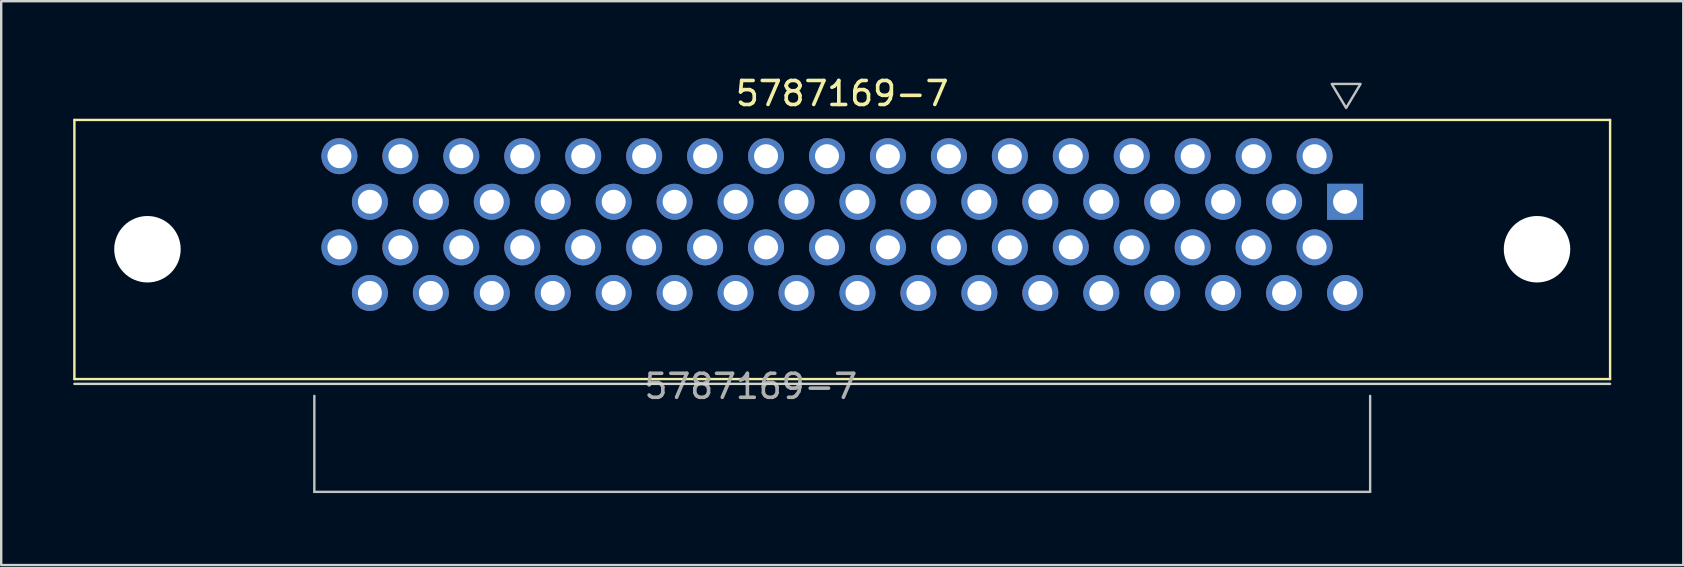
<source format=kicad_pcb>
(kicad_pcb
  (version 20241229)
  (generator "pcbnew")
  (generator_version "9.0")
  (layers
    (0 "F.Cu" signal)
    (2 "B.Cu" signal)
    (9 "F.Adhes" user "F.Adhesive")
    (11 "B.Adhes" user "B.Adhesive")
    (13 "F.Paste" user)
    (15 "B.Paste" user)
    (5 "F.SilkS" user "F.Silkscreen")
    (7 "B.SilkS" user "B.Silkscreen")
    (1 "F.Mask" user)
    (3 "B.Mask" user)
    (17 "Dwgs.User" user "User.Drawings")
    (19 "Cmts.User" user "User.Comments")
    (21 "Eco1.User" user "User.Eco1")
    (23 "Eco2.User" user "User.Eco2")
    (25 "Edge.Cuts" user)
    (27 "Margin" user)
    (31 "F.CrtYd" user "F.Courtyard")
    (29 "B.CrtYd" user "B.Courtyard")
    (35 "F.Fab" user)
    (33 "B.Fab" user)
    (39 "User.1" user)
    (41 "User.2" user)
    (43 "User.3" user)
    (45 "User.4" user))
  (footprint "5787169-7"
    (layer "F.Cu")
    (at 32.05 6.448)
    (property "Reference" "5787169-7" (at 0 -5.6 0) (layer "F.SilkS") (effects (font (size 1 1) (thickness 0.15))))
    (attr through_hole)
    (fp_line (start -32 -4.5) (end -32 6.3) (stroke (width 0.1) (type default)) (layer "F.SilkS"))
    (fp_line (start -32 6.3) (end 32 6.3) (stroke (width 0.1) (type default)) (layer "F.SilkS"))
    (fp_line (start 32 -4.5) (end -32 -4.5) (stroke (width 0.1) (type default)) (layer "F.SilkS"))
    (fp_line (start 32 -4.5) (end 32 6.3) (stroke (width 0.1) (type default)) (layer "F.SilkS"))
    (fp_line (start -22 7) (end -22 11) (stroke (width 0.1) (type default)) (layer "Dwgs.User"))
    (fp_line (start -22 11) (end 22 11) (stroke (width 0.1) (type default)) (layer "Dwgs.User"))
    (fp_line (start 22 11) (end 22 7) (stroke (width 0.1) (type default)) (layer "Dwgs.User"))
    (fp_poly (pts (xy 21 -5) (xy 20.4 -6) (xy 21.6 -6)) (stroke (width 0.1) (type solid)) (fill no) (layer "Dwgs.User"))
    (fp_line (start -32 6.5) (end 32 6.5) (stroke (width 0.1) (type default)) (layer "Edge.Cuts"))
    (fp_text user "${REFERENCE}" (at -3.81 6.604 0) (layer "F.Fab") (effects (font (size 1 1) (thickness 0.15))))
    (pad "" np_thru_hole circle (at -28.955 0.889) (size 2.77 2.77) (drill 2.77) (layers "*.Cu" "*.Mask"))
    (pad "" np_thru_hole circle (at 28.955 0.889) (size 2.77 2.77) (drill 2.77) (layers "*.Cu" "*.Mask"))
    (pad "1" thru_hole rect (at 20.955 -1.089) (size 1.5 1.5) (drill 1) (layers "*.Cu" "*.Mask"))
    (pad "2" thru_hole circle (at 19.685 -2.989) (size 1.5 1.5) (drill 1) (layers "*.Cu" "*.Mask"))
    (pad "3" thru_hole circle (at 18.415 -1.089) (size 1.5 1.5) (drill 1) (layers "*.Cu" "*.Mask"))
    (pad "4" thru_hole circle (at 17.145 -2.989) (size 1.5 1.5) (drill 1) (layers "*.Cu" "*.Mask"))
    (pad "5" thru_hole circle (at 15.875 -1.089) (size 1.5 1.5) (drill 1) (layers "*.Cu" "*.Mask"))
    (pad "6" thru_hole circle (at 14.605 -2.989) (size 1.5 1.5) (drill 1) (layers "*.Cu" "*.Mask"))
    (pad "7" thru_hole circle (at 13.335 -1.089) (size 1.5 1.5) (drill 1) (layers "*.Cu" "*.Mask"))
    (pad "8" thru_hole circle (at 12.065 -2.989) (size 1.5 1.5) (drill 1) (layers "*.Cu" "*.Mask"))
    (pad "9" thru_hole circle (at 10.795 -1.089) (size 1.5 1.5) (drill 1) (layers "*.Cu" "*.Mask"))
    (pad "10" thru_hole circle (at 9.525 -2.989) (size 1.5 1.5) (drill 1) (layers "*.Cu" "*.Mask"))
    (pad "11" thru_hole circle (at 8.255 -1.089) (size 1.5 1.5) (drill 1) (layers "*.Cu" "*.Mask"))
    (pad "12" thru_hole circle (at 6.985 -2.989) (size 1.5 1.5) (drill 1) (layers "*.Cu" "*.Mask"))
    (pad "13" thru_hole circle (at 5.715 -1.089) (size 1.5 1.5) (drill 1) (layers "*.Cu" "*.Mask"))
    (pad "14" thru_hole circle (at 4.445 -2.989) (size 1.5 1.5) (drill 1) (layers "*.Cu" "*.Mask"))
    (pad "15" thru_hole circle (at 3.175 -1.089) (size 1.5 1.5) (drill 1) (layers "*.Cu" "*.Mask"))
    (pad "16" thru_hole circle (at 1.905 -2.989) (size 1.5 1.5) (drill 1) (layers "*.Cu" "*.Mask"))
    (pad "17" thru_hole circle (at 0.635 -1.089) (size 1.5 1.5) (drill 1) (layers "*.Cu" "*.Mask"))
    (pad "18" thru_hole circle (at -0.635 -2.989) (size 1.5 1.5) (drill 1) (layers "*.Cu" "*.Mask"))
    (pad "19" thru_hole circle (at -1.905 -1.089) (size 1.5 1.5) (drill 1) (layers "*.Cu" "*.Mask"))
    (pad "20" thru_hole circle (at -3.175 -2.989) (size 1.5 1.5) (drill 1) (layers "*.Cu" "*.Mask"))
    (pad "21" thru_hole circle (at -4.445 -1.089) (size 1.5 1.5) (drill 1) (layers "*.Cu" "*.Mask"))
    (pad "22" thru_hole circle (at -5.715 -2.989) (size 1.5 1.5) (drill 1) (layers "*.Cu" "*.Mask"))
    (pad "23" thru_hole circle (at -6.985 -1.089) (size 1.5 1.5) (drill 1) (layers "*.Cu" "*.Mask"))
    (pad "24" thru_hole circle (at -8.255 -2.989) (size 1.5 1.5) (drill 1) (layers "*.Cu" "*.Mask"))
    (pad "25" thru_hole circle (at -9.525 -1.089) (size 1.5 1.5) (drill 1) (layers "*.Cu" "*.Mask"))
    (pad "26" thru_hole circle (at -10.795 -2.989) (size 1.5 1.5) (drill 1) (layers "*.Cu" "*.Mask"))
    (pad "27" thru_hole circle (at -12.065 -1.089) (size 1.5 1.5) (drill 1) (layers "*.Cu" "*.Mask"))
    (pad "28" thru_hole circle (at -13.335 -2.989) (size 1.5 1.5) (drill 1) (layers "*.Cu" "*.Mask"))
    (pad "29" thru_hole circle (at -14.605 -1.089) (size 1.5 1.5) (drill 1) (layers "*.Cu" "*.Mask"))
    (pad "30" thru_hole circle (at -15.875 -2.989) (size 1.5 1.5) (drill 1) (layers "*.Cu" "*.Mask"))
    (pad "31" thru_hole circle (at -17.145 -1.089) (size 1.5 1.5) (drill 1) (layers "*.Cu" "*.Mask"))
    (pad "32" thru_hole circle (at -18.415 -2.989) (size 1.5 1.5) (drill 1) (layers "*.Cu" "*.Mask"))
    (pad "33" thru_hole circle (at -19.685 -1.089) (size 1.5 1.5) (drill 1) (layers "*.Cu" "*.Mask"))
    (pad "34" thru_hole circle (at -20.955 -2.989) (size 1.5 1.5) (drill 1) (layers "*.Cu" "*.Mask"))
    (pad "35" thru_hole circle (at 20.955 2.711) (size 1.5 1.5) (drill 1) (layers "*.Cu" "*.Mask"))
    (pad "36" thru_hole circle (at 19.685 0.811) (size 1.5 1.5) (drill 1) (layers "*.Cu" "*.Mask"))
    (pad "37" thru_hole circle (at 18.415 2.711) (size 1.5 1.5) (drill 1) (layers "*.Cu" "*.Mask"))
    (pad "38" thru_hole circle (at 17.145 0.811) (size 1.5 1.5) (drill 1) (layers "*.Cu" "*.Mask"))
    (pad "39" thru_hole circle (at 15.875 2.711) (size 1.5 1.5) (drill 1) (layers "*.Cu" "*.Mask"))
    (pad "40" thru_hole circle (at 14.605 0.811) (size 1.5 1.5) (drill 1) (layers "*.Cu" "*.Mask"))
    (pad "41" thru_hole circle (at 13.335 2.711) (size 1.5 1.5) (drill 1) (layers "*.Cu" "*.Mask"))
    (pad "42" thru_hole circle (at 12.065 0.811) (size 1.5 1.5) (drill 1) (layers "*.Cu" "*.Mask"))
    (pad "43" thru_hole circle (at 10.795 2.711) (size 1.5 1.5) (drill 1) (layers "*.Cu" "*.Mask"))
    (pad "44" thru_hole circle (at 9.525 0.811) (size 1.5 1.5) (drill 1) (layers "*.Cu" "*.Mask"))
    (pad "45" thru_hole circle (at 8.255 2.711) (size 1.5 1.5) (drill 1) (layers "*.Cu" "*.Mask"))
    (pad "46" thru_hole circle (at 6.985 0.811) (size 1.5 1.5) (drill 1) (layers "*.Cu" "*.Mask"))
    (pad "47" thru_hole circle (at 5.715 2.711) (size 1.5 1.5) (drill 1) (layers "*.Cu" "*.Mask"))
    (pad "48" thru_hole circle (at 4.445 0.811) (size 1.5 1.5) (drill 1) (layers "*.Cu" "*.Mask"))
    (pad "49" thru_hole circle (at 3.175 2.711) (size 1.5 1.5) (drill 1) (layers "*.Cu" "*.Mask"))
    (pad "50" thru_hole circle (at 1.905 0.811) (size 1.5 1.5) (drill 1) (layers "*.Cu" "*.Mask"))
    (pad "51" thru_hole circle (at 0.635 2.711) (size 1.5 1.5) (drill 1) (layers "*.Cu" "*.Mask"))
    (pad "52" thru_hole circle (at -0.635 0.811) (size 1.5 1.5) (drill 1) (layers "*.Cu" "*.Mask"))
    (pad "53" thru_hole circle (at -1.905 2.711) (size 1.5 1.5) (drill 1) (layers "*.Cu" "*.Mask"))
    (pad "54" thru_hole circle (at -3.175 0.811) (size 1.5 1.5) (drill 1) (layers "*.Cu" "*.Mask"))
    (pad "55" thru_hole circle (at -4.445 2.711) (size 1.5 1.5) (drill 1) (layers "*.Cu" "*.Mask"))
    (pad "56" thru_hole circle (at -5.715 0.811) (size 1.5 1.5) (drill 1) (layers "*.Cu" "*.Mask"))
    (pad "57" thru_hole circle (at -6.985 2.711) (size 1.5 1.5) (drill 1) (layers "*.Cu" "*.Mask"))
    (pad "58" thru_hole circle (at -8.255 0.811) (size 1.5 1.5) (drill 1) (layers "*.Cu" "*.Mask"))
    (pad "59" thru_hole circle (at -9.525 2.711) (size 1.5 1.5) (drill 1) (layers "*.Cu" "*.Mask"))
    (pad "60" thru_hole circle (at -10.795 0.811) (size 1.5 1.5) (drill 1) (layers "*.Cu" "*.Mask"))
    (pad "61" thru_hole circle (at -12.065 2.711) (size 1.5 1.5) (drill 1) (layers "*.Cu" "*.Mask"))
    (pad "62" thru_hole circle (at -13.335 0.811) (size 1.5 1.5) (drill 1) (layers "*.Cu" "*.Mask"))
    (pad "63" thru_hole circle (at -14.605 2.711) (size 1.5 1.5) (drill 1) (layers "*.Cu" "*.Mask"))
    (pad "64" thru_hole circle (at -15.875 0.811) (size 1.5 1.5) (drill 1) (layers "*.Cu" "*.Mask"))
    (pad "65" thru_hole circle (at -17.145 2.711) (size 1.5 1.5) (drill 1) (layers "*.Cu" "*.Mask"))
    (pad "66" thru_hole circle (at -18.415 0.811) (size 1.5 1.5) (drill 1) (layers "*.Cu" "*.Mask"))
    (pad "67" thru_hole circle (at -19.685 2.711) (size 1.5 1.5) (drill 1) (layers "*.Cu" "*.Mask"))
    (pad "68" thru_hole circle (at -20.955 0.811) (size 1.5 1.5) (drill 1) (layers "*.Cu" "*.Mask")))
  (gr_rect
    (start -3 -3)
    (end 67.1 20.498)
    (stroke (width 0.1) (type default))
    (fill no)
    (layer "Edge.Cuts")))
</source>
